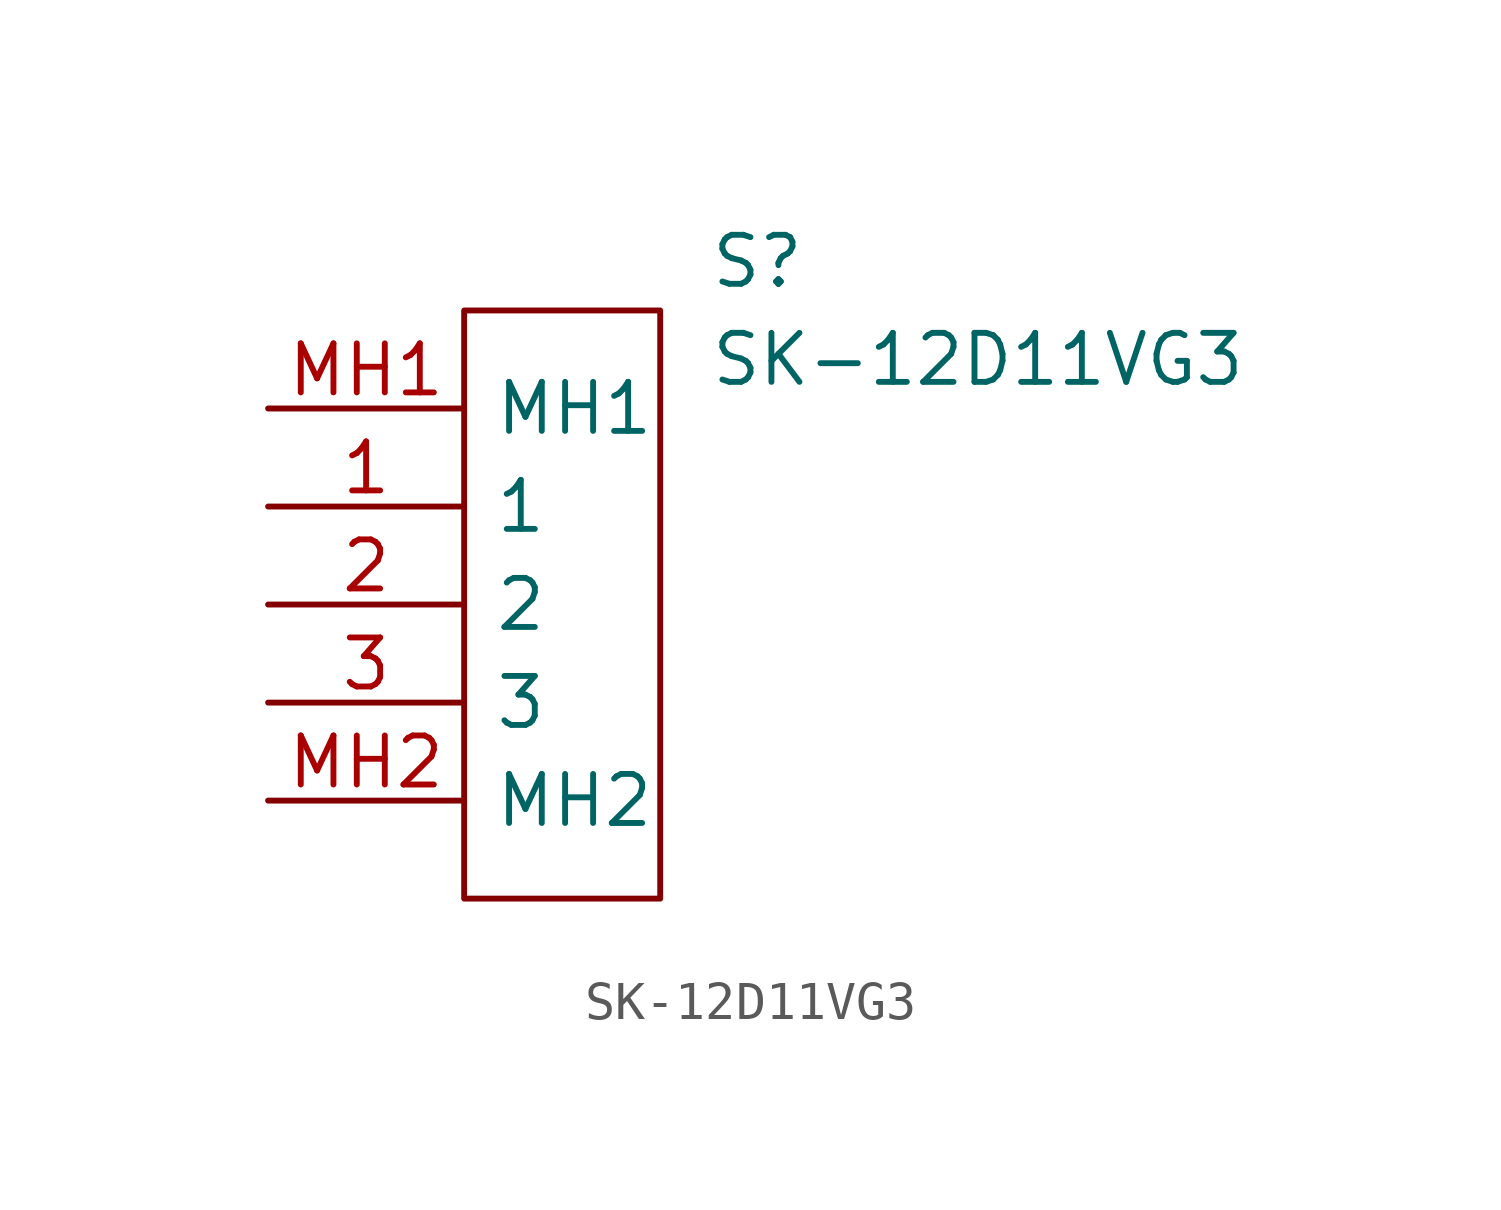
<source format=kicad_sym>
(kicad_symbol_lib
  (version 20211014)
  (generator kicad_symbol_editor)
  (symbol "SK-12D11VG3"
    (pin_names
      (offset 0.762))
    (property "Reference" "S"
      (at 11.43 3.81 0)
      (effects (font (size 1.27 1.27)) (justify left)))
    (property "Value" "SK-12D11VG3"
      (at 11.43 1.27 0)
      (effects (font (size 1.27 1.27)) (justify left)))
    (symbol "SK-12D11VG3_0_0"
      (pin passive line (at 0 -2.54 0) (length 5.08) (name "1" (effects (font (size 1.27 1.27)))) (number "1" (effects (font (size 1.27 1.27)))))
      (pin passive line (at 0 -5.08 0) (length 5.08) (name "2" (effects (font (size 1.27 1.27)))) (number "2" (effects (font (size 1.27 1.27)))))
      (pin passive line (at 0 -7.62 0) (length 5.08) (name "3" (effects (font (size 1.27 1.27)))) (number "3" (effects (font (size 1.27 1.27)))))
      (pin passive line (at 0 0 0) (length 5.08) (name "MH1" (effects (font (size 1.27 1.27)))) (number "MH1" (effects (font (size 1.27 1.27)))))
      (pin passive line (at 0 -10.16 0) (length 5.08) (name "MH2" (effects (font (size 1.27 1.27)))) (number "MH2" (effects (font (size 1.27 1.27))))))
    (symbol "SK-12D11VG3_0_1"
      (polyline (pts (xy 5.08 2.54) (xy 10.16 2.54) (xy 10.16 -12.7) (xy 5.08 -12.7) (xy 5.08 2.54)) (stroke (width 0.152) (type default) (color 0 0 0 0)) (fill (type none))))))
</source>
